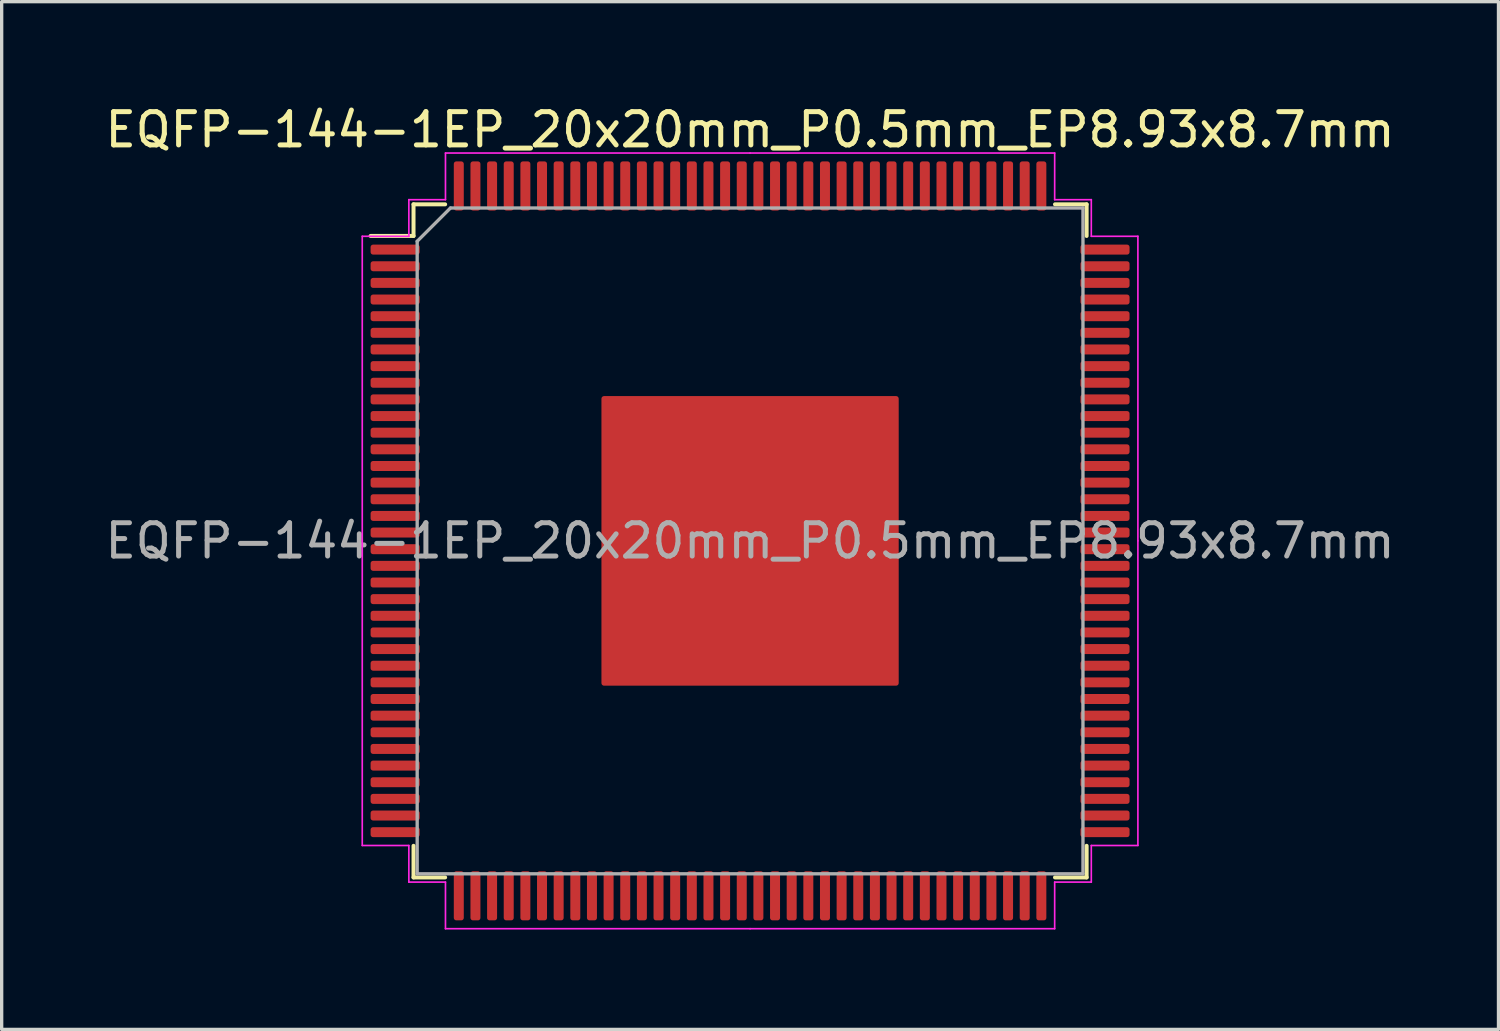
<source format=kicad_pcb>
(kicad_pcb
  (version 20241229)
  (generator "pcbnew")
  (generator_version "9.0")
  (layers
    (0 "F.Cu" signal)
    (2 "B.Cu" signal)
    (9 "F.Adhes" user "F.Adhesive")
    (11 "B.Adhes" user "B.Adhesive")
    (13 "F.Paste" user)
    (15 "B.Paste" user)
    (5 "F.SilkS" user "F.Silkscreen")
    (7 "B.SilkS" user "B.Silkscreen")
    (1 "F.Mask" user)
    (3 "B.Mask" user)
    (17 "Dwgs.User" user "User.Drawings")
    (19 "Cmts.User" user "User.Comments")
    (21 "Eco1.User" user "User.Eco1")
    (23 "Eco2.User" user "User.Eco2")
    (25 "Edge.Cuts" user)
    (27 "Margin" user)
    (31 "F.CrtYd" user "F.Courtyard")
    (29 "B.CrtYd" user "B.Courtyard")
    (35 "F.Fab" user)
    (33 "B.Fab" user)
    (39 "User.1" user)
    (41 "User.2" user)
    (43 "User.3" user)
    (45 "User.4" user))
  (footprint "EQFP-144-1EP_20x20mm_P0.5mm_EP8.93x8.7mm"
    (layer "F.Cu")
    (at 19.482 13.198)
    (property "Reference" "EQFP-144-1EP_20x20mm_P0.5mm_EP8.93x8.7mm" (at 0 -12.35 0) (layer "F.SilkS") (effects (font (size 1 1) (thickness 0.15))))
    (attr smd)
    (fp_line (start -10.11 -10.11) (end -10.11 -9.16) (stroke (width 0.12) (type solid)) (layer "F.SilkS"))
    (fp_line (start -10.11 -9.16) (end -11.4 -9.16) (stroke (width 0.12) (type solid)) (layer "F.SilkS"))
    (fp_line (start -10.11 10.11) (end -10.11 9.16) (stroke (width 0.12) (type solid)) (layer "F.SilkS"))
    (fp_line (start -9.16 -10.11) (end -10.11 -10.11) (stroke (width 0.12) (type solid)) (layer "F.SilkS"))
    (fp_line (start -9.16 10.11) (end -10.11 10.11) (stroke (width 0.12) (type solid)) (layer "F.SilkS"))
    (fp_line (start 9.16 -10.11) (end 10.11 -10.11) (stroke (width 0.12) (type solid)) (layer "F.SilkS"))
    (fp_line (start 9.16 10.11) (end 10.11 10.11) (stroke (width 0.12) (type solid)) (layer "F.SilkS"))
    (fp_line (start 10.11 -10.11) (end 10.11 -9.16) (stroke (width 0.12) (type solid)) (layer "F.SilkS"))
    (fp_line (start 10.11 10.11) (end 10.11 9.16) (stroke (width 0.12) (type solid)) (layer "F.SilkS"))
    (fp_line (start -11.65 -9.15) (end -11.65 0) (stroke (width 0.05) (type solid)) (layer "F.CrtYd"))
    (fp_line (start -11.65 9.15) (end -11.65 0) (stroke (width 0.05) (type solid)) (layer "F.CrtYd"))
    (fp_line (start -10.25 -10.25) (end -10.25 -9.15) (stroke (width 0.05) (type solid)) (layer "F.CrtYd"))
    (fp_line (start -10.25 -9.15) (end -11.65 -9.15) (stroke (width 0.05) (type solid)) (layer "F.CrtYd"))
    (fp_line (start -10.25 9.15) (end -11.65 9.15) (stroke (width 0.05) (type solid)) (layer "F.CrtYd"))
    (fp_line (start -10.25 10.25) (end -10.25 9.15) (stroke (width 0.05) (type solid)) (layer "F.CrtYd"))
    (fp_line (start -9.15 -11.65) (end -9.15 -10.25) (stroke (width 0.05) (type solid)) (layer "F.CrtYd"))
    (fp_line (start -9.15 -10.25) (end -10.25 -10.25) (stroke (width 0.05) (type solid)) (layer "F.CrtYd"))
    (fp_line (start -9.15 10.25) (end -10.25 10.25) (stroke (width 0.05) (type solid)) (layer "F.CrtYd"))
    (fp_line (start -9.15 11.65) (end -9.15 10.25) (stroke (width 0.05) (type solid)) (layer "F.CrtYd"))
    (fp_line (start 0 -11.65) (end -9.15 -11.65) (stroke (width 0.05) (type solid)) (layer "F.CrtYd"))
    (fp_line (start 0 -11.65) (end 9.15 -11.65) (stroke (width 0.05) (type solid)) (layer "F.CrtYd"))
    (fp_line (start 0 11.65) (end -9.15 11.65) (stroke (width 0.05) (type solid)) (layer "F.CrtYd"))
    (fp_line (start 0 11.65) (end 9.15 11.65) (stroke (width 0.05) (type solid)) (layer "F.CrtYd"))
    (fp_line (start 9.15 -11.65) (end 9.15 -10.25) (stroke (width 0.05) (type solid)) (layer "F.CrtYd"))
    (fp_line (start 9.15 -10.25) (end 10.25 -10.25) (stroke (width 0.05) (type solid)) (layer "F.CrtYd"))
    (fp_line (start 9.15 10.25) (end 10.25 10.25) (stroke (width 0.05) (type solid)) (layer "F.CrtYd"))
    (fp_line (start 9.15 11.65) (end 9.15 10.25) (stroke (width 0.05) (type solid)) (layer "F.CrtYd"))
    (fp_line (start 10.25 -10.25) (end 10.25 -9.15) (stroke (width 0.05) (type solid)) (layer "F.CrtYd"))
    (fp_line (start 10.25 -9.15) (end 11.65 -9.15) (stroke (width 0.05) (type solid)) (layer "F.CrtYd"))
    (fp_line (start 10.25 9.15) (end 11.65 9.15) (stroke (width 0.05) (type solid)) (layer "F.CrtYd"))
    (fp_line (start 10.25 10.25) (end 10.25 9.15) (stroke (width 0.05) (type solid)) (layer "F.CrtYd"))
    (fp_line (start 11.65 -9.15) (end 11.65 0) (stroke (width 0.05) (type solid)) (layer "F.CrtYd"))
    (fp_line (start 11.65 9.15) (end 11.65 0) (stroke (width 0.05) (type solid)) (layer "F.CrtYd"))
    (fp_line (start -10 -9) (end -9 -10) (stroke (width 0.1) (type solid)) (layer "F.Fab"))
    (fp_line (start -10 10) (end -10 -9) (stroke (width 0.1) (type solid)) (layer "F.Fab"))
    (fp_line (start -9 -10) (end 10 -10) (stroke (width 0.1) (type solid)) (layer "F.Fab"))
    (fp_line (start 10 -10) (end 10 10) (stroke (width 0.1) (type solid)) (layer "F.Fab"))
    (fp_line (start 10 10) (end -10 10) (stroke (width 0.1) (type solid)) (layer "F.Fab"))
    (fp_text user "${REFERENCE}" (at 0 0 0) (layer "F.Fab") (effects (font (size 1 1) (thickness 0.15))))
    (pad "" smd roundrect (at -3.84 -3.72) (size 1.03 1) (layers "F.Paste") (roundrect_rratio 0.25))
    (pad "" smd roundrect (at -3.84 -2.48) (size 1.03 1) (layers "F.Paste") (roundrect_rratio 0.25))
    (pad "" smd roundrect (at -3.84 -1.24) (size 1.03 1) (layers "F.Paste") (roundrect_rratio 0.25))
    (pad "" smd roundrect (at -3.84 0) (size 1.03 1) (layers "F.Paste") (roundrect_rratio 0.25))
    (pad "" smd roundrect (at -3.84 1.24) (size 1.03 1) (layers "F.Paste") (roundrect_rratio 0.25))
    (pad "" smd roundrect (at -3.84 2.48) (size 1.03 1) (layers "F.Paste") (roundrect_rratio 0.25))
    (pad "" smd roundrect (at -3.84 3.72) (size 1.03 1) (layers "F.Paste") (roundrect_rratio 0.25))
    (pad "" smd roundrect (at -2.56 -3.72) (size 1.03 1) (layers "F.Paste") (roundrect_rratio 0.25))
    (pad "" smd roundrect (at -2.56 -2.48) (size 1.03 1) (layers "F.Paste") (roundrect_rratio 0.25))
    (pad "" smd roundrect (at -2.56 -1.24) (size 1.03 1) (layers "F.Paste") (roundrect_rratio 0.25))
    (pad "" smd roundrect (at -2.56 0) (size 1.03 1) (layers "F.Paste") (roundrect_rratio 0.25))
    (pad "" smd roundrect (at -2.56 1.24) (size 1.03 1) (layers "F.Paste") (roundrect_rratio 0.25))
    (pad "" smd roundrect (at -2.56 2.48) (size 1.03 1) (layers "F.Paste") (roundrect_rratio 0.25))
    (pad "" smd roundrect (at -2.56 3.72) (size 1.03 1) (layers "F.Paste") (roundrect_rratio 0.25))
    (pad "" smd roundrect (at -1.28 -3.72) (size 1.03 1) (layers "F.Paste") (roundrect_rratio 0.25))
    (pad "" smd roundrect (at -1.28 -2.48) (size 1.03 1) (layers "F.Paste") (roundrect_rratio 0.25))
    (pad "" smd roundrect (at -1.28 -1.24) (size 1.03 1) (layers "F.Paste") (roundrect_rratio 0.25))
    (pad "" smd roundrect (at -1.28 0) (size 1.03 1) (layers "F.Paste") (roundrect_rratio 0.25))
    (pad "" smd roundrect (at -1.28 1.24) (size 1.03 1) (layers "F.Paste") (roundrect_rratio 0.25))
    (pad "" smd roundrect (at -1.28 2.48) (size 1.03 1) (layers "F.Paste") (roundrect_rratio 0.25))
    (pad "" smd roundrect (at -1.28 3.72) (size 1.03 1) (layers "F.Paste") (roundrect_rratio 0.25))
    (pad "" smd roundrect (at 0 -3.72) (size 1.03 1) (layers "F.Paste") (roundrect_rratio 0.25))
    (pad "" smd roundrect (at 0 -2.48) (size 1.03 1) (layers "F.Paste") (roundrect_rratio 0.25))
    (pad "" smd roundrect (at 0 -1.24) (size 1.03 1) (layers "F.Paste") (roundrect_rratio 0.25))
    (pad "" smd roundrect (at 0 0) (size 1.03 1) (layers "F.Paste") (roundrect_rratio 0.25))
    (pad "" smd roundrect (at 0 1.24) (size 1.03 1) (layers "F.Paste") (roundrect_rratio 0.25))
    (pad "" smd roundrect (at 0 2.48) (size 1.03 1) (layers "F.Paste") (roundrect_rratio 0.25))
    (pad "" smd roundrect (at 0 3.72) (size 1.03 1) (layers "F.Paste") (roundrect_rratio 0.25))
    (pad "" smd roundrect (at 1.28 -3.72) (size 1.03 1) (layers "F.Paste") (roundrect_rratio 0.25))
    (pad "" smd roundrect (at 1.28 -2.48) (size 1.03 1) (layers "F.Paste") (roundrect_rratio 0.25))
    (pad "" smd roundrect (at 1.28 -1.24) (size 1.03 1) (layers "F.Paste") (roundrect_rratio 0.25))
    (pad "" smd roundrect (at 1.28 0) (size 1.03 1) (layers "F.Paste") (roundrect_rratio 0.25))
    (pad "" smd roundrect (at 1.28 1.24) (size 1.03 1) (layers "F.Paste") (roundrect_rratio 0.25))
    (pad "" smd roundrect (at 1.28 2.48) (size 1.03 1) (layers "F.Paste") (roundrect_rratio 0.25))
    (pad "" smd roundrect (at 1.28 3.72) (size 1.03 1) (layers "F.Paste") (roundrect_rratio 0.25))
    (pad "" smd roundrect (at 2.56 -3.72) (size 1.03 1) (layers "F.Paste") (roundrect_rratio 0.25))
    (pad "" smd roundrect (at 2.56 -2.48) (size 1.03 1) (layers "F.Paste") (roundrect_rratio 0.25))
    (pad "" smd roundrect (at 2.56 -1.24) (size 1.03 1) (layers "F.Paste") (roundrect_rratio 0.25))
    (pad "" smd roundrect (at 2.56 0) (size 1.03 1) (layers "F.Paste") (roundrect_rratio 0.25))
    (pad "" smd roundrect (at 2.56 1.24) (size 1.03 1) (layers "F.Paste") (roundrect_rratio 0.25))
    (pad "" smd roundrect (at 2.56 2.48) (size 1.03 1) (layers "F.Paste") (roundrect_rratio 0.25))
    (pad "" smd roundrect (at 2.56 3.72) (size 1.03 1) (layers "F.Paste") (roundrect_rratio 0.25))
    (pad "" smd roundrect (at 3.84 -3.72) (size 1.03 1) (layers "F.Paste") (roundrect_rratio 0.25))
    (pad "" smd roundrect (at 3.84 -2.48) (size 1.03 1) (layers "F.Paste") (roundrect_rratio 0.25))
    (pad "" smd roundrect (at 3.84 -1.24) (size 1.03 1) (layers "F.Paste") (roundrect_rratio 0.25))
    (pad "" smd roundrect (at 3.84 0) (size 1.03 1) (layers "F.Paste") (roundrect_rratio 0.25))
    (pad "" smd roundrect (at 3.84 1.24) (size 1.03 1) (layers "F.Paste") (roundrect_rratio 0.25))
    (pad "" smd roundrect (at 3.84 2.48) (size 1.03 1) (layers "F.Paste") (roundrect_rratio 0.25))
    (pad "" smd roundrect (at 3.84 3.72) (size 1.03 1) (layers "F.Paste") (roundrect_rratio 0.25))
    (pad "1" smd roundrect (at -10.662 -8.75) (size 1.475 0.3) (layers "F.Cu" "F.Mask" "F.Paste") (roundrect_rratio 0.25))
    (pad "2" smd roundrect (at -10.662 -8.25) (size 1.475 0.3) (layers "F.Cu" "F.Mask" "F.Paste") (roundrect_rratio 0.25))
    (pad "3" smd roundrect (at -10.662 -7.75) (size 1.475 0.3) (layers "F.Cu" "F.Mask" "F.Paste") (roundrect_rratio 0.25))
    (pad "4" smd roundrect (at -10.662 -7.25) (size 1.475 0.3) (layers "F.Cu" "F.Mask" "F.Paste") (roundrect_rratio 0.25))
    (pad "5" smd roundrect (at -10.662 -6.75) (size 1.475 0.3) (layers "F.Cu" "F.Mask" "F.Paste") (roundrect_rratio 0.25))
    (pad "6" smd roundrect (at -10.662 -6.25) (size 1.475 0.3) (layers "F.Cu" "F.Mask" "F.Paste") (roundrect_rratio 0.25))
    (pad "7" smd roundrect (at -10.662 -5.75) (size 1.475 0.3) (layers "F.Cu" "F.Mask" "F.Paste") (roundrect_rratio 0.25))
    (pad "8" smd roundrect (at -10.662 -5.25) (size 1.475 0.3) (layers "F.Cu" "F.Mask" "F.Paste") (roundrect_rratio 0.25))
    (pad "9" smd roundrect (at -10.662 -4.75) (size 1.475 0.3) (layers "F.Cu" "F.Mask" "F.Paste") (roundrect_rratio 0.25))
    (pad "10" smd roundrect (at -10.662 -4.25) (size 1.475 0.3) (layers "F.Cu" "F.Mask" "F.Paste") (roundrect_rratio 0.25))
    (pad "11" smd roundrect (at -10.662 -3.75) (size 1.475 0.3) (layers "F.Cu" "F.Mask" "F.Paste") (roundrect_rratio 0.25))
    (pad "12" smd roundrect (at -10.662 -3.25) (size 1.475 0.3) (layers "F.Cu" "F.Mask" "F.Paste") (roundrect_rratio 0.25))
    (pad "13" smd roundrect (at -10.662 -2.75) (size 1.475 0.3) (layers "F.Cu" "F.Mask" "F.Paste") (roundrect_rratio 0.25))
    (pad "14" smd roundrect (at -10.662 -2.25) (size 1.475 0.3) (layers "F.Cu" "F.Mask" "F.Paste") (roundrect_rratio 0.25))
    (pad "15" smd roundrect (at -10.662 -1.75) (size 1.475 0.3) (layers "F.Cu" "F.Mask" "F.Paste") (roundrect_rratio 0.25))
    (pad "16" smd roundrect (at -10.662 -1.25) (size 1.475 0.3) (layers "F.Cu" "F.Mask" "F.Paste") (roundrect_rratio 0.25))
    (pad "17" smd roundrect (at -10.662 -0.75) (size 1.475 0.3) (layers "F.Cu" "F.Mask" "F.Paste") (roundrect_rratio 0.25))
    (pad "18" smd roundrect (at -10.662 -0.25) (size 1.475 0.3) (layers "F.Cu" "F.Mask" "F.Paste") (roundrect_rratio 0.25))
    (pad "19" smd roundrect (at -10.662 0.25) (size 1.475 0.3) (layers "F.Cu" "F.Mask" "F.Paste") (roundrect_rratio 0.25))
    (pad "20" smd roundrect (at -10.662 0.75) (size 1.475 0.3) (layers "F.Cu" "F.Mask" "F.Paste") (roundrect_rratio 0.25))
    (pad "21" smd roundrect (at -10.662 1.25) (size 1.475 0.3) (layers "F.Cu" "F.Mask" "F.Paste") (roundrect_rratio 0.25))
    (pad "22" smd roundrect (at -10.662 1.75) (size 1.475 0.3) (layers "F.Cu" "F.Mask" "F.Paste") (roundrect_rratio 0.25))
    (pad "23" smd roundrect (at -10.662 2.25) (size 1.475 0.3) (layers "F.Cu" "F.Mask" "F.Paste") (roundrect_rratio 0.25))
    (pad "24" smd roundrect (at -10.662 2.75) (size 1.475 0.3) (layers "F.Cu" "F.Mask" "F.Paste") (roundrect_rratio 0.25))
    (pad "25" smd roundrect (at -10.662 3.25) (size 1.475 0.3) (layers "F.Cu" "F.Mask" "F.Paste") (roundrect_rratio 0.25))
    (pad "26" smd roundrect (at -10.662 3.75) (size 1.475 0.3) (layers "F.Cu" "F.Mask" "F.Paste") (roundrect_rratio 0.25))
    (pad "27" smd roundrect (at -10.662 4.25) (size 1.475 0.3) (layers "F.Cu" "F.Mask" "F.Paste") (roundrect_rratio 0.25))
    (pad "28" smd roundrect (at -10.662 4.75) (size 1.475 0.3) (layers "F.Cu" "F.Mask" "F.Paste") (roundrect_rratio 0.25))
    (pad "29" smd roundrect (at -10.662 5.25) (size 1.475 0.3) (layers "F.Cu" "F.Mask" "F.Paste") (roundrect_rratio 0.25))
    (pad "30" smd roundrect (at -10.662 5.75) (size 1.475 0.3) (layers "F.Cu" "F.Mask" "F.Paste") (roundrect_rratio 0.25))
    (pad "31" smd roundrect (at -10.662 6.25) (size 1.475 0.3) (layers "F.Cu" "F.Mask" "F.Paste") (roundrect_rratio 0.25))
    (pad "32" smd roundrect (at -10.662 6.75) (size 1.475 0.3) (layers "F.Cu" "F.Mask" "F.Paste") (roundrect_rratio 0.25))
    (pad "33" smd roundrect (at -10.662 7.25) (size 1.475 0.3) (layers "F.Cu" "F.Mask" "F.Paste") (roundrect_rratio 0.25))
    (pad "34" smd roundrect (at -10.662 7.75) (size 1.475 0.3) (layers "F.Cu" "F.Mask" "F.Paste") (roundrect_rratio 0.25))
    (pad "35" smd roundrect (at -10.662 8.25) (size 1.475 0.3) (layers "F.Cu" "F.Mask" "F.Paste") (roundrect_rratio 0.25))
    (pad "36" smd roundrect (at -10.662 8.75) (size 1.475 0.3) (layers "F.Cu" "F.Mask" "F.Paste") (roundrect_rratio 0.25))
    (pad "37" smd roundrect (at -8.75 10.662) (size 0.3 1.475) (layers "F.Cu" "F.Mask" "F.Paste") (roundrect_rratio 0.25))
    (pad "38" smd roundrect (at -8.25 10.662) (size 0.3 1.475) (layers "F.Cu" "F.Mask" "F.Paste") (roundrect_rratio 0.25))
    (pad "39" smd roundrect (at -7.75 10.662) (size 0.3 1.475) (layers "F.Cu" "F.Mask" "F.Paste") (roundrect_rratio 0.25))
    (pad "40" smd roundrect (at -7.25 10.662) (size 0.3 1.475) (layers "F.Cu" "F.Mask" "F.Paste") (roundrect_rratio 0.25))
    (pad "41" smd roundrect (at -6.75 10.662) (size 0.3 1.475) (layers "F.Cu" "F.Mask" "F.Paste") (roundrect_rratio 0.25))
    (pad "42" smd roundrect (at -6.25 10.662) (size 0.3 1.475) (layers "F.Cu" "F.Mask" "F.Paste") (roundrect_rratio 0.25))
    (pad "43" smd roundrect (at -5.75 10.662) (size 0.3 1.475) (layers "F.Cu" "F.Mask" "F.Paste") (roundrect_rratio 0.25))
    (pad "44" smd roundrect (at -5.25 10.662) (size 0.3 1.475) (layers "F.Cu" "F.Mask" "F.Paste") (roundrect_rratio 0.25))
    (pad "45" smd roundrect (at -4.75 10.662) (size 0.3 1.475) (layers "F.Cu" "F.Mask" "F.Paste") (roundrect_rratio 0.25))
    (pad "46" smd roundrect (at -4.25 10.662) (size 0.3 1.475) (layers "F.Cu" "F.Mask" "F.Paste") (roundrect_rratio 0.25))
    (pad "47" smd roundrect (at -3.75 10.662) (size 0.3 1.475) (layers "F.Cu" "F.Mask" "F.Paste") (roundrect_rratio 0.25))
    (pad "48" smd roundrect (at -3.25 10.662) (size 0.3 1.475) (layers "F.Cu" "F.Mask" "F.Paste") (roundrect_rratio 0.25))
    (pad "49" smd roundrect (at -2.75 10.662) (size 0.3 1.475) (layers "F.Cu" "F.Mask" "F.Paste") (roundrect_rratio 0.25))
    (pad "50" smd roundrect (at -2.25 10.662) (size 0.3 1.475) (layers "F.Cu" "F.Mask" "F.Paste") (roundrect_rratio 0.25))
    (pad "51" smd roundrect (at -1.75 10.662) (size 0.3 1.475) (layers "F.Cu" "F.Mask" "F.Paste") (roundrect_rratio 0.25))
    (pad "52" smd roundrect (at -1.25 10.662) (size 0.3 1.475) (layers "F.Cu" "F.Mask" "F.Paste") (roundrect_rratio 0.25))
    (pad "53" smd roundrect (at -0.75 10.662) (size 0.3 1.475) (layers "F.Cu" "F.Mask" "F.Paste") (roundrect_rratio 0.25))
    (pad "54" smd roundrect (at -0.25 10.662) (size 0.3 1.475) (layers "F.Cu" "F.Mask" "F.Paste") (roundrect_rratio 0.25))
    (pad "55" smd roundrect (at 0.25 10.662) (size 0.3 1.475) (layers "F.Cu" "F.Mask" "F.Paste") (roundrect_rratio 0.25))
    (pad "56" smd roundrect (at 0.75 10.662) (size 0.3 1.475) (layers "F.Cu" "F.Mask" "F.Paste") (roundrect_rratio 0.25))
    (pad "57" smd roundrect (at 1.25 10.662) (size 0.3 1.475) (layers "F.Cu" "F.Mask" "F.Paste") (roundrect_rratio 0.25))
    (pad "58" smd roundrect (at 1.75 10.662) (size 0.3 1.475) (layers "F.Cu" "F.Mask" "F.Paste") (roundrect_rratio 0.25))
    (pad "59" smd roundrect (at 2.25 10.662) (size 0.3 1.475) (layers "F.Cu" "F.Mask" "F.Paste") (roundrect_rratio 0.25))
    (pad "60" smd roundrect (at 2.75 10.662) (size 0.3 1.475) (layers "F.Cu" "F.Mask" "F.Paste") (roundrect_rratio 0.25))
    (pad "61" smd roundrect (at 3.25 10.662) (size 0.3 1.475) (layers "F.Cu" "F.Mask" "F.Paste") (roundrect_rratio 0.25))
    (pad "62" smd roundrect (at 3.75 10.662) (size 0.3 1.475) (layers "F.Cu" "F.Mask" "F.Paste") (roundrect_rratio 0.25))
    (pad "63" smd roundrect (at 4.25 10.662) (size 0.3 1.475) (layers "F.Cu" "F.Mask" "F.Paste") (roundrect_rratio 0.25))
    (pad "64" smd roundrect (at 4.75 10.662) (size 0.3 1.475) (layers "F.Cu" "F.Mask" "F.Paste") (roundrect_rratio 0.25))
    (pad "65" smd roundrect (at 5.25 10.662) (size 0.3 1.475) (layers "F.Cu" "F.Mask" "F.Paste") (roundrect_rratio 0.25))
    (pad "66" smd roundrect (at 5.75 10.662) (size 0.3 1.475) (layers "F.Cu" "F.Mask" "F.Paste") (roundrect_rratio 0.25))
    (pad "67" smd roundrect (at 6.25 10.662) (size 0.3 1.475) (layers "F.Cu" "F.Mask" "F.Paste") (roundrect_rratio 0.25))
    (pad "68" smd roundrect (at 6.75 10.662) (size 0.3 1.475) (layers "F.Cu" "F.Mask" "F.Paste") (roundrect_rratio 0.25))
    (pad "69" smd roundrect (at 7.25 10.662) (size 0.3 1.475) (layers "F.Cu" "F.Mask" "F.Paste") (roundrect_rratio 0.25))
    (pad "70" smd roundrect (at 7.75 10.662) (size 0.3 1.475) (layers "F.Cu" "F.Mask" "F.Paste") (roundrect_rratio 0.25))
    (pad "71" smd roundrect (at 8.25 10.662) (size 0.3 1.475) (layers "F.Cu" "F.Mask" "F.Paste") (roundrect_rratio 0.25))
    (pad "72" smd roundrect (at 8.75 10.662) (size 0.3 1.475) (layers "F.Cu" "F.Mask" "F.Paste") (roundrect_rratio 0.25))
    (pad "73" smd roundrect (at 10.662 8.75) (size 1.475 0.3) (layers "F.Cu" "F.Mask" "F.Paste") (roundrect_rratio 0.25))
    (pad "74" smd roundrect (at 10.662 8.25) (size 1.475 0.3) (layers "F.Cu" "F.Mask" "F.Paste") (roundrect_rratio 0.25))
    (pad "75" smd roundrect (at 10.662 7.75) (size 1.475 0.3) (layers "F.Cu" "F.Mask" "F.Paste") (roundrect_rratio 0.25))
    (pad "76" smd roundrect (at 10.662 7.25) (size 1.475 0.3) (layers "F.Cu" "F.Mask" "F.Paste") (roundrect_rratio 0.25))
    (pad "77" smd roundrect (at 10.662 6.75) (size 1.475 0.3) (layers "F.Cu" "F.Mask" "F.Paste") (roundrect_rratio 0.25))
    (pad "78" smd roundrect (at 10.662 6.25) (size 1.475 0.3) (layers "F.Cu" "F.Mask" "F.Paste") (roundrect_rratio 0.25))
    (pad "79" smd roundrect (at 10.662 5.75) (size 1.475 0.3) (layers "F.Cu" "F.Mask" "F.Paste") (roundrect_rratio 0.25))
    (pad "80" smd roundrect (at 10.662 5.25) (size 1.475 0.3) (layers "F.Cu" "F.Mask" "F.Paste") (roundrect_rratio 0.25))
    (pad "81" smd roundrect (at 10.662 4.75) (size 1.475 0.3) (layers "F.Cu" "F.Mask" "F.Paste") (roundrect_rratio 0.25))
    (pad "82" smd roundrect (at 10.662 4.25) (size 1.475 0.3) (layers "F.Cu" "F.Mask" "F.Paste") (roundrect_rratio 0.25))
    (pad "83" smd roundrect (at 10.662 3.75) (size 1.475 0.3) (layers "F.Cu" "F.Mask" "F.Paste") (roundrect_rratio 0.25))
    (pad "84" smd roundrect (at 10.662 3.25) (size 1.475 0.3) (layers "F.Cu" "F.Mask" "F.Paste") (roundrect_rratio 0.25))
    (pad "85" smd roundrect (at 10.662 2.75) (size 1.475 0.3) (layers "F.Cu" "F.Mask" "F.Paste") (roundrect_rratio 0.25))
    (pad "86" smd roundrect (at 10.662 2.25) (size 1.475 0.3) (layers "F.Cu" "F.Mask" "F.Paste") (roundrect_rratio 0.25))
    (pad "87" smd roundrect (at 10.662 1.75) (size 1.475 0.3) (layers "F.Cu" "F.Mask" "F.Paste") (roundrect_rratio 0.25))
    (pad "88" smd roundrect (at 10.662 1.25) (size 1.475 0.3) (layers "F.Cu" "F.Mask" "F.Paste") (roundrect_rratio 0.25))
    (pad "89" smd roundrect (at 10.662 0.75) (size 1.475 0.3) (layers "F.Cu" "F.Mask" "F.Paste") (roundrect_rratio 0.25))
    (pad "90" smd roundrect (at 10.662 0.25) (size 1.475 0.3) (layers "F.Cu" "F.Mask" "F.Paste") (roundrect_rratio 0.25))
    (pad "91" smd roundrect (at 10.662 -0.25) (size 1.475 0.3) (layers "F.Cu" "F.Mask" "F.Paste") (roundrect_rratio 0.25))
    (pad "92" smd roundrect (at 10.662 -0.75) (size 1.475 0.3) (layers "F.Cu" "F.Mask" "F.Paste") (roundrect_rratio 0.25))
    (pad "93" smd roundrect (at 10.662 -1.25) (size 1.475 0.3) (layers "F.Cu" "F.Mask" "F.Paste") (roundrect_rratio 0.25))
    (pad "94" smd roundrect (at 10.662 -1.75) (size 1.475 0.3) (layers "F.Cu" "F.Mask" "F.Paste") (roundrect_rratio 0.25))
    (pad "95" smd roundrect (at 10.662 -2.25) (size 1.475 0.3) (layers "F.Cu" "F.Mask" "F.Paste") (roundrect_rratio 0.25))
    (pad "96" smd roundrect (at 10.662 -2.75) (size 1.475 0.3) (layers "F.Cu" "F.Mask" "F.Paste") (roundrect_rratio 0.25))
    (pad "97" smd roundrect (at 10.662 -3.25) (size 1.475 0.3) (layers "F.Cu" "F.Mask" "F.Paste") (roundrect_rratio 0.25))
    (pad "98" smd roundrect (at 10.662 -3.75) (size 1.475 0.3) (layers "F.Cu" "F.Mask" "F.Paste") (roundrect_rratio 0.25))
    (pad "99" smd roundrect (at 10.662 -4.25) (size 1.475 0.3) (layers "F.Cu" "F.Mask" "F.Paste") (roundrect_rratio 0.25))
    (pad "100" smd roundrect (at 10.662 -4.75) (size 1.475 0.3) (layers "F.Cu" "F.Mask" "F.Paste") (roundrect_rratio 0.25))
    (pad "101" smd roundrect (at 10.662 -5.25) (size 1.475 0.3) (layers "F.Cu" "F.Mask" "F.Paste") (roundrect_rratio 0.25))
    (pad "102" smd roundrect (at 10.662 -5.75) (size 1.475 0.3) (layers "F.Cu" "F.Mask" "F.Paste") (roundrect_rratio 0.25))
    (pad "103" smd roundrect (at 10.662 -6.25) (size 1.475 0.3) (layers "F.Cu" "F.Mask" "F.Paste") (roundrect_rratio 0.25))
    (pad "104" smd roundrect (at 10.662 -6.75) (size 1.475 0.3) (layers "F.Cu" "F.Mask" "F.Paste") (roundrect_rratio 0.25))
    (pad "105" smd roundrect (at 10.662 -7.25) (size 1.475 0.3) (layers "F.Cu" "F.Mask" "F.Paste") (roundrect_rratio 0.25))
    (pad "106" smd roundrect (at 10.662 -7.75) (size 1.475 0.3) (layers "F.Cu" "F.Mask" "F.Paste") (roundrect_rratio 0.25))
    (pad "107" smd roundrect (at 10.662 -8.25) (size 1.475 0.3) (layers "F.Cu" "F.Mask" "F.Paste") (roundrect_rratio 0.25))
    (pad "108" smd roundrect (at 10.662 -8.75) (size 1.475 0.3) (layers "F.Cu" "F.Mask" "F.Paste") (roundrect_rratio 0.25))
    (pad "109" smd roundrect (at 8.75 -10.662) (size 0.3 1.475) (layers "F.Cu" "F.Mask" "F.Paste") (roundrect_rratio 0.25))
    (pad "110" smd roundrect (at 8.25 -10.662) (size 0.3 1.475) (layers "F.Cu" "F.Mask" "F.Paste") (roundrect_rratio 0.25))
    (pad "111" smd roundrect (at 7.75 -10.662) (size 0.3 1.475) (layers "F.Cu" "F.Mask" "F.Paste") (roundrect_rratio 0.25))
    (pad "112" smd roundrect (at 7.25 -10.662) (size 0.3 1.475) (layers "F.Cu" "F.Mask" "F.Paste") (roundrect_rratio 0.25))
    (pad "113" smd roundrect (at 6.75 -10.662) (size 0.3 1.475) (layers "F.Cu" "F.Mask" "F.Paste") (roundrect_rratio 0.25))
    (pad "114" smd roundrect (at 6.25 -10.662) (size 0.3 1.475) (layers "F.Cu" "F.Mask" "F.Paste") (roundrect_rratio 0.25))
    (pad "115" smd roundrect (at 5.75 -10.662) (size 0.3 1.475) (layers "F.Cu" "F.Mask" "F.Paste") (roundrect_rratio 0.25))
    (pad "116" smd roundrect (at 5.25 -10.662) (size 0.3 1.475) (layers "F.Cu" "F.Mask" "F.Paste") (roundrect_rratio 0.25))
    (pad "117" smd roundrect (at 4.75 -10.662) (size 0.3 1.475) (layers "F.Cu" "F.Mask" "F.Paste") (roundrect_rratio 0.25))
    (pad "118" smd roundrect (at 4.25 -10.662) (size 0.3 1.475) (layers "F.Cu" "F.Mask" "F.Paste") (roundrect_rratio 0.25))
    (pad "119" smd roundrect (at 3.75 -10.662) (size 0.3 1.475) (layers "F.Cu" "F.Mask" "F.Paste") (roundrect_rratio 0.25))
    (pad "120" smd roundrect (at 3.25 -10.662) (size 0.3 1.475) (layers "F.Cu" "F.Mask" "F.Paste") (roundrect_rratio 0.25))
    (pad "121" smd roundrect (at 2.75 -10.662) (size 0.3 1.475) (layers "F.Cu" "F.Mask" "F.Paste") (roundrect_rratio 0.25))
    (pad "122" smd roundrect (at 2.25 -10.662) (size 0.3 1.475) (layers "F.Cu" "F.Mask" "F.Paste") (roundrect_rratio 0.25))
    (pad "123" smd roundrect (at 1.75 -10.662) (size 0.3 1.475) (layers "F.Cu" "F.Mask" "F.Paste") (roundrect_rratio 0.25))
    (pad "124" smd roundrect (at 1.25 -10.662) (size 0.3 1.475) (layers "F.Cu" "F.Mask" "F.Paste") (roundrect_rratio 0.25))
    (pad "125" smd roundrect (at 0.75 -10.662) (size 0.3 1.475) (layers "F.Cu" "F.Mask" "F.Paste") (roundrect_rratio 0.25))
    (pad "126" smd roundrect (at 0.25 -10.662) (size 0.3 1.475) (layers "F.Cu" "F.Mask" "F.Paste") (roundrect_rratio 0.25))
    (pad "127" smd roundrect (at -0.25 -10.662) (size 0.3 1.475) (layers "F.Cu" "F.Mask" "F.Paste") (roundrect_rratio 0.25))
    (pad "128" smd roundrect (at -0.75 -10.662) (size 0.3 1.475) (layers "F.Cu" "F.Mask" "F.Paste") (roundrect_rratio 0.25))
    (pad "129" smd roundrect (at -1.25 -10.662) (size 0.3 1.475) (layers "F.Cu" "F.Mask" "F.Paste") (roundrect_rratio 0.25))
    (pad "130" smd roundrect (at -1.75 -10.662) (size 0.3 1.475) (layers "F.Cu" "F.Mask" "F.Paste") (roundrect_rratio 0.25))
    (pad "131" smd roundrect (at -2.25 -10.662) (size 0.3 1.475) (layers "F.Cu" "F.Mask" "F.Paste") (roundrect_rratio 0.25))
    (pad "132" smd roundrect (at -2.75 -10.662) (size 0.3 1.475) (layers "F.Cu" "F.Mask" "F.Paste") (roundrect_rratio 0.25))
    (pad "133" smd roundrect (at -3.25 -10.662) (size 0.3 1.475) (layers "F.Cu" "F.Mask" "F.Paste") (roundrect_rratio 0.25))
    (pad "134" smd roundrect (at -3.75 -10.662) (size 0.3 1.475) (layers "F.Cu" "F.Mask" "F.Paste") (roundrect_rratio 0.25))
    (pad "135" smd roundrect (at -4.25 -10.662) (size 0.3 1.475) (layers "F.Cu" "F.Mask" "F.Paste") (roundrect_rratio 0.25))
    (pad "136" smd roundrect (at -4.75 -10.662) (size 0.3 1.475) (layers "F.Cu" "F.Mask" "F.Paste") (roundrect_rratio 0.25))
    (pad "137" smd roundrect (at -5.25 -10.662) (size 0.3 1.475) (layers "F.Cu" "F.Mask" "F.Paste") (roundrect_rratio 0.25))
    (pad "138" smd roundrect (at -5.75 -10.662) (size 0.3 1.475) (layers "F.Cu" "F.Mask" "F.Paste") (roundrect_rratio 0.25))
    (pad "139" smd roundrect (at -6.25 -10.662) (size 0.3 1.475) (layers "F.Cu" "F.Mask" "F.Paste") (roundrect_rratio 0.25))
    (pad "140" smd roundrect (at -6.75 -10.662) (size 0.3 1.475) (layers "F.Cu" "F.Mask" "F.Paste") (roundrect_rratio 0.25))
    (pad "141" smd roundrect (at -7.25 -10.662) (size 0.3 1.475) (layers "F.Cu" "F.Mask" "F.Paste") (roundrect_rratio 0.25))
    (pad "142" smd roundrect (at -7.75 -10.662) (size 0.3 1.475) (layers "F.Cu" "F.Mask" "F.Paste") (roundrect_rratio 0.25))
    (pad "143" smd roundrect (at -8.25 -10.662) (size 0.3 1.475) (layers "F.Cu" "F.Mask" "F.Paste") (roundrect_rratio 0.25))
    (pad "144" smd roundrect (at -8.75 -10.662) (size 0.3 1.475) (layers "F.Cu" "F.Mask" "F.Paste") (roundrect_rratio 0.25))
    (pad "145" smd roundrect (at 0 0) (size 8.93 8.7) (layers "F.Cu" "F.Mask") (roundrect_rratio 0.009)))
  (gr_rect
    (start -3 -3)
    (end 41.964 27.873)
    (stroke (width 0.1) (type default))
    (fill no)
    (layer "Edge.Cuts")))
</source>
